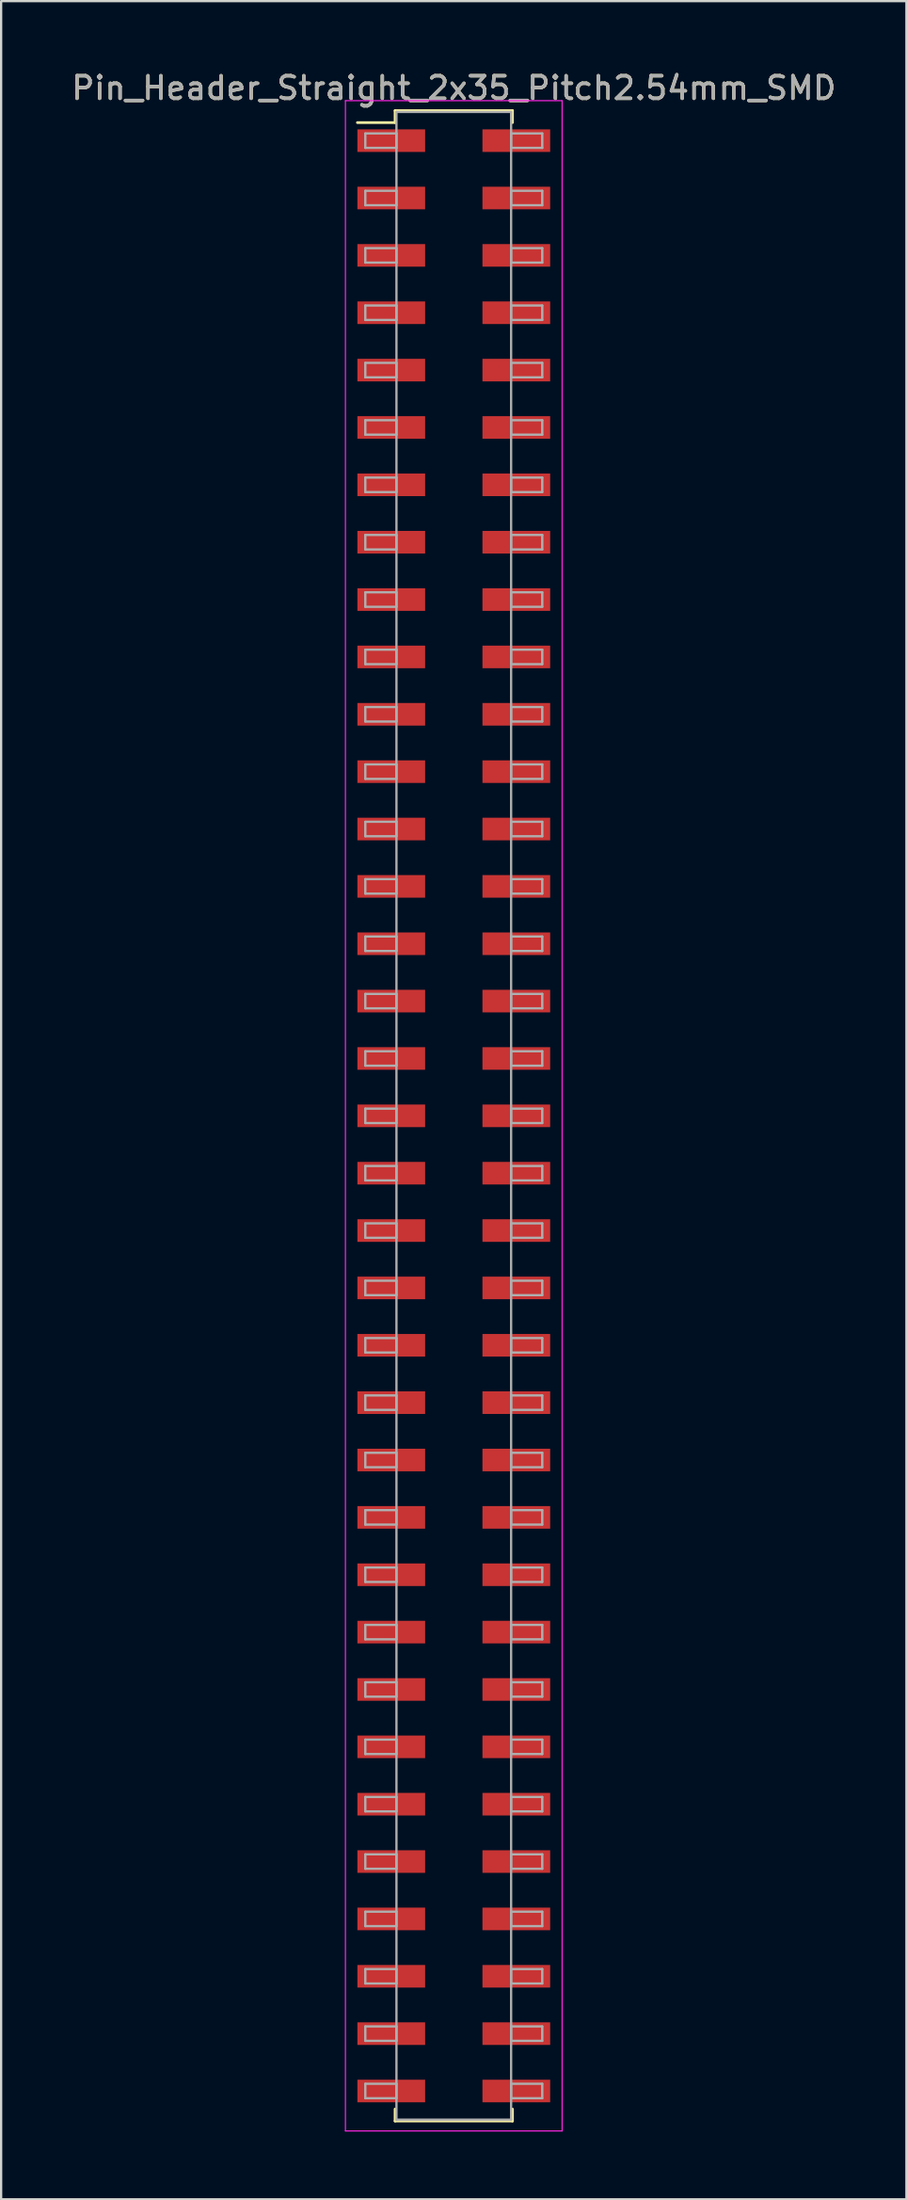
<source format=kicad_pcb>
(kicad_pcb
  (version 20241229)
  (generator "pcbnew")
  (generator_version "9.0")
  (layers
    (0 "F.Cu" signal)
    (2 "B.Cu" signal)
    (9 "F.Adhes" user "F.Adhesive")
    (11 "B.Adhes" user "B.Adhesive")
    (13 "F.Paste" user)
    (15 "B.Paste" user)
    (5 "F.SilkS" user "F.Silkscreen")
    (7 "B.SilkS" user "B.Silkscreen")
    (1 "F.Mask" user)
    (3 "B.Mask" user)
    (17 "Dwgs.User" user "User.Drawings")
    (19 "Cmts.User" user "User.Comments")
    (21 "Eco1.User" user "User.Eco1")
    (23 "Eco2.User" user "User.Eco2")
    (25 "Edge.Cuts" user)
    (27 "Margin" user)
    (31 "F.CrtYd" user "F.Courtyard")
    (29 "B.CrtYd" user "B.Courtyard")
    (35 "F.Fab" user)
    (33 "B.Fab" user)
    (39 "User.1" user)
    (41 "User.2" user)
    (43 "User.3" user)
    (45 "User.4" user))
  (footprint "Pin_Header_Straight_2x35_Pitch2.54mm_SMD"
    (layer "F.Cu")
    (at 17.054 46.358)
    (property "Reference" "Pin_Header_Straight_2x35_Pitch2.54mm_SMD" (at 0 -45.51 0) (layer "F.SilkS") (effects (font (size 1 1) (thickness 0.15))))
    (attr smd)
    (fp_line (start -4.27 -43.98) (end -2.6 -43.98) (stroke (width 0.12) (type solid)) (layer "F.SilkS"))
    (fp_line (start -2.6 -44.51) (end 2.6 -44.51) (stroke (width 0.12) (type solid)) (layer "F.SilkS"))
    (fp_line (start -2.6 -43.98) (end -2.6 -44.51) (stroke (width 0.12) (type solid)) (layer "F.SilkS"))
    (fp_line (start -2.6 43.98) (end -2.6 44.51) (stroke (width 0.12) (type solid)) (layer "F.SilkS"))
    (fp_line (start -2.6 44.51) (end 2.6 44.51) (stroke (width 0.12) (type solid)) (layer "F.SilkS"))
    (fp_line (start 2.6 -44.51) (end 2.6 -43.98) (stroke (width 0.12) (type solid)) (layer "F.SilkS"))
    (fp_line (start 2.6 44.51) (end 2.6 43.98) (stroke (width 0.12) (type solid)) (layer "F.SilkS"))
    (fp_line (start -4.8 -44.95) (end -4.8 44.95) (stroke (width 0.05) (type solid)) (layer "F.CrtYd"))
    (fp_line (start -4.8 44.95) (end 4.8 44.95) (stroke (width 0.05) (type solid)) (layer "F.CrtYd"))
    (fp_line (start 4.8 -44.95) (end -4.8 -44.95) (stroke (width 0.05) (type solid)) (layer "F.CrtYd"))
    (fp_line (start 4.8 44.95) (end 4.8 -44.95) (stroke (width 0.05) (type solid)) (layer "F.CrtYd"))
    (fp_line (start -3.92 -43.5) (end -2.54 -43.5) (stroke (width 0.1) (type solid)) (layer "F.Fab"))
    (fp_line (start -3.92 -42.86) (end -3.92 -43.5) (stroke (width 0.1) (type solid)) (layer "F.Fab"))
    (fp_line (start -3.92 -40.96) (end -2.54 -40.96) (stroke (width 0.1) (type solid)) (layer "F.Fab"))
    (fp_line (start -3.92 -40.32) (end -3.92 -40.96) (stroke (width 0.1) (type solid)) (layer "F.Fab"))
    (fp_line (start -3.92 -38.42) (end -2.54 -38.42) (stroke (width 0.1) (type solid)) (layer "F.Fab"))
    (fp_line (start -3.92 -37.78) (end -3.92 -38.42) (stroke (width 0.1) (type solid)) (layer "F.Fab"))
    (fp_line (start -3.92 -35.88) (end -2.54 -35.88) (stroke (width 0.1) (type solid)) (layer "F.Fab"))
    (fp_line (start -3.92 -35.24) (end -3.92 -35.88) (stroke (width 0.1) (type solid)) (layer "F.Fab"))
    (fp_line (start -3.92 -33.34) (end -2.54 -33.34) (stroke (width 0.1) (type solid)) (layer "F.Fab"))
    (fp_line (start -3.92 -32.7) (end -3.92 -33.34) (stroke (width 0.1) (type solid)) (layer "F.Fab"))
    (fp_line (start -3.92 -30.8) (end -2.54 -30.8) (stroke (width 0.1) (type solid)) (layer "F.Fab"))
    (fp_line (start -3.92 -30.16) (end -3.92 -30.8) (stroke (width 0.1) (type solid)) (layer "F.Fab"))
    (fp_line (start -3.92 -28.26) (end -2.54 -28.26) (stroke (width 0.1) (type solid)) (layer "F.Fab"))
    (fp_line (start -3.92 -27.62) (end -3.92 -28.26) (stroke (width 0.1) (type solid)) (layer "F.Fab"))
    (fp_line (start -3.92 -25.72) (end -2.54 -25.72) (stroke (width 0.1) (type solid)) (layer "F.Fab"))
    (fp_line (start -3.92 -25.08) (end -3.92 -25.72) (stroke (width 0.1) (type solid)) (layer "F.Fab"))
    (fp_line (start -3.92 -23.18) (end -2.54 -23.18) (stroke (width 0.1) (type solid)) (layer "F.Fab"))
    (fp_line (start -3.92 -22.54) (end -3.92 -23.18) (stroke (width 0.1) (type solid)) (layer "F.Fab"))
    (fp_line (start -3.92 -20.64) (end -2.54 -20.64) (stroke (width 0.1) (type solid)) (layer "F.Fab"))
    (fp_line (start -3.92 -20) (end -3.92 -20.64) (stroke (width 0.1) (type solid)) (layer "F.Fab"))
    (fp_line (start -3.92 -18.1) (end -2.54 -18.1) (stroke (width 0.1) (type solid)) (layer "F.Fab"))
    (fp_line (start -3.92 -17.46) (end -3.92 -18.1) (stroke (width 0.1) (type solid)) (layer "F.Fab"))
    (fp_line (start -3.92 -15.56) (end -2.54 -15.56) (stroke (width 0.1) (type solid)) (layer "F.Fab"))
    (fp_line (start -3.92 -14.92) (end -3.92 -15.56) (stroke (width 0.1) (type solid)) (layer "F.Fab"))
    (fp_line (start -3.92 -13.02) (end -2.54 -13.02) (stroke (width 0.1) (type solid)) (layer "F.Fab"))
    (fp_line (start -3.92 -12.38) (end -3.92 -13.02) (stroke (width 0.1) (type solid)) (layer "F.Fab"))
    (fp_line (start -3.92 -10.48) (end -2.54 -10.48) (stroke (width 0.1) (type solid)) (layer "F.Fab"))
    (fp_line (start -3.92 -9.84) (end -3.92 -10.48) (stroke (width 0.1) (type solid)) (layer "F.Fab"))
    (fp_line (start -3.92 -7.94) (end -2.54 -7.94) (stroke (width 0.1) (type solid)) (layer "F.Fab"))
    (fp_line (start -3.92 -7.3) (end -3.92 -7.94) (stroke (width 0.1) (type solid)) (layer "F.Fab"))
    (fp_line (start -3.92 -5.4) (end -2.54 -5.4) (stroke (width 0.1) (type solid)) (layer "F.Fab"))
    (fp_line (start -3.92 -4.76) (end -3.92 -5.4) (stroke (width 0.1) (type solid)) (layer "F.Fab"))
    (fp_line (start -3.92 -2.86) (end -2.54 -2.86) (stroke (width 0.1) (type solid)) (layer "F.Fab"))
    (fp_line (start -3.92 -2.22) (end -3.92 -2.86) (stroke (width 0.1) (type solid)) (layer "F.Fab"))
    (fp_line (start -3.92 -0.32) (end -2.54 -0.32) (stroke (width 0.1) (type solid)) (layer "F.Fab"))
    (fp_line (start -3.92 0.32) (end -3.92 -0.32) (stroke (width 0.1) (type solid)) (layer "F.Fab"))
    (fp_line (start -3.92 2.22) (end -2.54 2.22) (stroke (width 0.1) (type solid)) (layer "F.Fab"))
    (fp_line (start -3.92 2.86) (end -3.92 2.22) (stroke (width 0.1) (type solid)) (layer "F.Fab"))
    (fp_line (start -3.92 4.76) (end -2.54 4.76) (stroke (width 0.1) (type solid)) (layer "F.Fab"))
    (fp_line (start -3.92 5.4) (end -3.92 4.76) (stroke (width 0.1) (type solid)) (layer "F.Fab"))
    (fp_line (start -3.92 7.3) (end -2.54 7.3) (stroke (width 0.1) (type solid)) (layer "F.Fab"))
    (fp_line (start -3.92 7.94) (end -3.92 7.3) (stroke (width 0.1) (type solid)) (layer "F.Fab"))
    (fp_line (start -3.92 9.84) (end -2.54 9.84) (stroke (width 0.1) (type solid)) (layer "F.Fab"))
    (fp_line (start -3.92 10.48) (end -3.92 9.84) (stroke (width 0.1) (type solid)) (layer "F.Fab"))
    (fp_line (start -3.92 12.38) (end -2.54 12.38) (stroke (width 0.1) (type solid)) (layer "F.Fab"))
    (fp_line (start -3.92 13.02) (end -3.92 12.38) (stroke (width 0.1) (type solid)) (layer "F.Fab"))
    (fp_line (start -3.92 14.92) (end -2.54 14.92) (stroke (width 0.1) (type solid)) (layer "F.Fab"))
    (fp_line (start -3.92 15.56) (end -3.92 14.92) (stroke (width 0.1) (type solid)) (layer "F.Fab"))
    (fp_line (start -3.92 17.46) (end -2.54 17.46) (stroke (width 0.1) (type solid)) (layer "F.Fab"))
    (fp_line (start -3.92 18.1) (end -3.92 17.46) (stroke (width 0.1) (type solid)) (layer "F.Fab"))
    (fp_line (start -3.92 20) (end -2.54 20) (stroke (width 0.1) (type solid)) (layer "F.Fab"))
    (fp_line (start -3.92 20.64) (end -3.92 20) (stroke (width 0.1) (type solid)) (layer "F.Fab"))
    (fp_line (start -3.92 22.54) (end -2.54 22.54) (stroke (width 0.1) (type solid)) (layer "F.Fab"))
    (fp_line (start -3.92 23.18) (end -3.92 22.54) (stroke (width 0.1) (type solid)) (layer "F.Fab"))
    (fp_line (start -3.92 25.08) (end -2.54 25.08) (stroke (width 0.1) (type solid)) (layer "F.Fab"))
    (fp_line (start -3.92 25.72) (end -3.92 25.08) (stroke (width 0.1) (type solid)) (layer "F.Fab"))
    (fp_line (start -3.92 27.62) (end -2.54 27.62) (stroke (width 0.1) (type solid)) (layer "F.Fab"))
    (fp_line (start -3.92 28.26) (end -3.92 27.62) (stroke (width 0.1) (type solid)) (layer "F.Fab"))
    (fp_line (start -3.92 30.16) (end -2.54 30.16) (stroke (width 0.1) (type solid)) (layer "F.Fab"))
    (fp_line (start -3.92 30.8) (end -3.92 30.16) (stroke (width 0.1) (type solid)) (layer "F.Fab"))
    (fp_line (start -3.92 32.7) (end -2.54 32.7) (stroke (width 0.1) (type solid)) (layer "F.Fab"))
    (fp_line (start -3.92 33.34) (end -3.92 32.7) (stroke (width 0.1) (type solid)) (layer "F.Fab"))
    (fp_line (start -3.92 35.24) (end -2.54 35.24) (stroke (width 0.1) (type solid)) (layer "F.Fab"))
    (fp_line (start -3.92 35.88) (end -3.92 35.24) (stroke (width 0.1) (type solid)) (layer "F.Fab"))
    (fp_line (start -3.92 37.78) (end -2.54 37.78) (stroke (width 0.1) (type solid)) (layer "F.Fab"))
    (fp_line (start -3.92 38.42) (end -3.92 37.78) (stroke (width 0.1) (type solid)) (layer "F.Fab"))
    (fp_line (start -3.92 40.32) (end -2.54 40.32) (stroke (width 0.1) (type solid)) (layer "F.Fab"))
    (fp_line (start -3.92 40.96) (end -3.92 40.32) (stroke (width 0.1) (type solid)) (layer "F.Fab"))
    (fp_line (start -3.92 42.86) (end -2.54 42.86) (stroke (width 0.1) (type solid)) (layer "F.Fab"))
    (fp_line (start -3.92 43.5) (end -3.92 42.86) (stroke (width 0.1) (type solid)) (layer "F.Fab"))
    (fp_line (start -2.54 -44.45) (end -2.54 44.45) (stroke (width 0.1) (type solid)) (layer "F.Fab"))
    (fp_line (start -2.54 -43.5) (end -2.54 -42.86) (stroke (width 0.1) (type solid)) (layer "F.Fab"))
    (fp_line (start -2.54 -42.86) (end -3.92 -42.86) (stroke (width 0.1) (type solid)) (layer "F.Fab"))
    (fp_line (start -2.54 -40.96) (end -2.54 -40.32) (stroke (width 0.1) (type solid)) (layer "F.Fab"))
    (fp_line (start -2.54 -40.32) (end -3.92 -40.32) (stroke (width 0.1) (type solid)) (layer "F.Fab"))
    (fp_line (start -2.54 -38.42) (end -2.54 -37.78) (stroke (width 0.1) (type solid)) (layer "F.Fab"))
    (fp_line (start -2.54 -37.78) (end -3.92 -37.78) (stroke (width 0.1) (type solid)) (layer "F.Fab"))
    (fp_line (start -2.54 -35.88) (end -2.54 -35.24) (stroke (width 0.1) (type solid)) (layer "F.Fab"))
    (fp_line (start -2.54 -35.24) (end -3.92 -35.24) (stroke (width 0.1) (type solid)) (layer "F.Fab"))
    (fp_line (start -2.54 -33.34) (end -2.54 -32.7) (stroke (width 0.1) (type solid)) (layer "F.Fab"))
    (fp_line (start -2.54 -32.7) (end -3.92 -32.7) (stroke (width 0.1) (type solid)) (layer "F.Fab"))
    (fp_line (start -2.54 -30.8) (end -2.54 -30.16) (stroke (width 0.1) (type solid)) (layer "F.Fab"))
    (fp_line (start -2.54 -30.16) (end -3.92 -30.16) (stroke (width 0.1) (type solid)) (layer "F.Fab"))
    (fp_line (start -2.54 -28.26) (end -2.54 -27.62) (stroke (width 0.1) (type solid)) (layer "F.Fab"))
    (fp_line (start -2.54 -27.62) (end -3.92 -27.62) (stroke (width 0.1) (type solid)) (layer "F.Fab"))
    (fp_line (start -2.54 -25.72) (end -2.54 -25.08) (stroke (width 0.1) (type solid)) (layer "F.Fab"))
    (fp_line (start -2.54 -25.08) (end -3.92 -25.08) (stroke (width 0.1) (type solid)) (layer "F.Fab"))
    (fp_line (start -2.54 -23.18) (end -2.54 -22.54) (stroke (width 0.1) (type solid)) (layer "F.Fab"))
    (fp_line (start -2.54 -22.54) (end -3.92 -22.54) (stroke (width 0.1) (type solid)) (layer "F.Fab"))
    (fp_line (start -2.54 -20.64) (end -2.54 -20) (stroke (width 0.1) (type solid)) (layer "F.Fab"))
    (fp_line (start -2.54 -20) (end -3.92 -20) (stroke (width 0.1) (type solid)) (layer "F.Fab"))
    (fp_line (start -2.54 -18.1) (end -2.54 -17.46) (stroke (width 0.1) (type solid)) (layer "F.Fab"))
    (fp_line (start -2.54 -17.46) (end -3.92 -17.46) (stroke (width 0.1) (type solid)) (layer "F.Fab"))
    (fp_line (start -2.54 -15.56) (end -2.54 -14.92) (stroke (width 0.1) (type solid)) (layer "F.Fab"))
    (fp_line (start -2.54 -14.92) (end -3.92 -14.92) (stroke (width 0.1) (type solid)) (layer "F.Fab"))
    (fp_line (start -2.54 -13.02) (end -2.54 -12.38) (stroke (width 0.1) (type solid)) (layer "F.Fab"))
    (fp_line (start -2.54 -12.38) (end -3.92 -12.38) (stroke (width 0.1) (type solid)) (layer "F.Fab"))
    (fp_line (start -2.54 -10.48) (end -2.54 -9.84) (stroke (width 0.1) (type solid)) (layer "F.Fab"))
    (fp_line (start -2.54 -9.84) (end -3.92 -9.84) (stroke (width 0.1) (type solid)) (layer "F.Fab"))
    (fp_line (start -2.54 -7.94) (end -2.54 -7.3) (stroke (width 0.1) (type solid)) (layer "F.Fab"))
    (fp_line (start -2.54 -7.3) (end -3.92 -7.3) (stroke (width 0.1) (type solid)) (layer "F.Fab"))
    (fp_line (start -2.54 -5.4) (end -2.54 -4.76) (stroke (width 0.1) (type solid)) (layer "F.Fab"))
    (fp_line (start -2.54 -4.76) (end -3.92 -4.76) (stroke (width 0.1) (type solid)) (layer "F.Fab"))
    (fp_line (start -2.54 -2.86) (end -2.54 -2.22) (stroke (width 0.1) (type solid)) (layer "F.Fab"))
    (fp_line (start -2.54 -2.22) (end -3.92 -2.22) (stroke (width 0.1) (type solid)) (layer "F.Fab"))
    (fp_line (start -2.54 -0.32) (end -2.54 0.32) (stroke (width 0.1) (type solid)) (layer "F.Fab"))
    (fp_line (start -2.54 0.32) (end -3.92 0.32) (stroke (width 0.1) (type solid)) (layer "F.Fab"))
    (fp_line (start -2.54 2.22) (end -2.54 2.86) (stroke (width 0.1) (type solid)) (layer "F.Fab"))
    (fp_line (start -2.54 2.86) (end -3.92 2.86) (stroke (width 0.1) (type solid)) (layer "F.Fab"))
    (fp_line (start -2.54 4.76) (end -2.54 5.4) (stroke (width 0.1) (type solid)) (layer "F.Fab"))
    (fp_line (start -2.54 5.4) (end -3.92 5.4) (stroke (width 0.1) (type solid)) (layer "F.Fab"))
    (fp_line (start -2.54 7.3) (end -2.54 7.94) (stroke (width 0.1) (type solid)) (layer "F.Fab"))
    (fp_line (start -2.54 7.94) (end -3.92 7.94) (stroke (width 0.1) (type solid)) (layer "F.Fab"))
    (fp_line (start -2.54 9.84) (end -2.54 10.48) (stroke (width 0.1) (type solid)) (layer "F.Fab"))
    (fp_line (start -2.54 10.48) (end -3.92 10.48) (stroke (width 0.1) (type solid)) (layer "F.Fab"))
    (fp_line (start -2.54 12.38) (end -2.54 13.02) (stroke (width 0.1) (type solid)) (layer "F.Fab"))
    (fp_line (start -2.54 13.02) (end -3.92 13.02) (stroke (width 0.1) (type solid)) (layer "F.Fab"))
    (fp_line (start -2.54 14.92) (end -2.54 15.56) (stroke (width 0.1) (type solid)) (layer "F.Fab"))
    (fp_line (start -2.54 15.56) (end -3.92 15.56) (stroke (width 0.1) (type solid)) (layer "F.Fab"))
    (fp_line (start -2.54 17.46) (end -2.54 18.1) (stroke (width 0.1) (type solid)) (layer "F.Fab"))
    (fp_line (start -2.54 18.1) (end -3.92 18.1) (stroke (width 0.1) (type solid)) (layer "F.Fab"))
    (fp_line (start -2.54 20) (end -2.54 20.64) (stroke (width 0.1) (type solid)) (layer "F.Fab"))
    (fp_line (start -2.54 20.64) (end -3.92 20.64) (stroke (width 0.1) (type solid)) (layer "F.Fab"))
    (fp_line (start -2.54 22.54) (end -2.54 23.18) (stroke (width 0.1) (type solid)) (layer "F.Fab"))
    (fp_line (start -2.54 23.18) (end -3.92 23.18) (stroke (width 0.1) (type solid)) (layer "F.Fab"))
    (fp_line (start -2.54 25.08) (end -2.54 25.72) (stroke (width 0.1) (type solid)) (layer "F.Fab"))
    (fp_line (start -2.54 25.72) (end -3.92 25.72) (stroke (width 0.1) (type solid)) (layer "F.Fab"))
    (fp_line (start -2.54 27.62) (end -2.54 28.26) (stroke (width 0.1) (type solid)) (layer "F.Fab"))
    (fp_line (start -2.54 28.26) (end -3.92 28.26) (stroke (width 0.1) (type solid)) (layer "F.Fab"))
    (fp_line (start -2.54 30.16) (end -2.54 30.8) (stroke (width 0.1) (type solid)) (layer "F.Fab"))
    (fp_line (start -2.54 30.8) (end -3.92 30.8) (stroke (width 0.1) (type solid)) (layer "F.Fab"))
    (fp_line (start -2.54 32.7) (end -2.54 33.34) (stroke (width 0.1) (type solid)) (layer "F.Fab"))
    (fp_line (start -2.54 33.34) (end -3.92 33.34) (stroke (width 0.1) (type solid)) (layer "F.Fab"))
    (fp_line (start -2.54 35.24) (end -2.54 35.88) (stroke (width 0.1) (type solid)) (layer "F.Fab"))
    (fp_line (start -2.54 35.88) (end -3.92 35.88) (stroke (width 0.1) (type solid)) (layer "F.Fab"))
    (fp_line (start -2.54 37.78) (end -2.54 38.42) (stroke (width 0.1) (type solid)) (layer "F.Fab"))
    (fp_line (start -2.54 38.42) (end -3.92 38.42) (stroke (width 0.1) (type solid)) (layer "F.Fab"))
    (fp_line (start -2.54 40.32) (end -2.54 40.96) (stroke (width 0.1) (type solid)) (layer "F.Fab"))
    (fp_line (start -2.54 40.96) (end -3.92 40.96) (stroke (width 0.1) (type solid)) (layer "F.Fab"))
    (fp_line (start -2.54 42.86) (end -2.54 43.5) (stroke (width 0.1) (type solid)) (layer "F.Fab"))
    (fp_line (start -2.54 43.5) (end -3.92 43.5) (stroke (width 0.1) (type solid)) (layer "F.Fab"))
    (fp_line (start -2.54 44.45) (end 2.54 44.45) (stroke (width 0.1) (type solid)) (layer "F.Fab"))
    (fp_line (start 2.54 -44.45) (end -2.54 -44.45) (stroke (width 0.1) (type solid)) (layer "F.Fab"))
    (fp_line (start 2.54 -43.5) (end 2.54 -42.86) (stroke (width 0.1) (type solid)) (layer "F.Fab"))
    (fp_line (start 2.54 -42.86) (end 3.92 -42.86) (stroke (width 0.1) (type solid)) (layer "F.Fab"))
    (fp_line (start 2.54 -40.96) (end 2.54 -40.32) (stroke (width 0.1) (type solid)) (layer "F.Fab"))
    (fp_line (start 2.54 -40.32) (end 3.92 -40.32) (stroke (width 0.1) (type solid)) (layer "F.Fab"))
    (fp_line (start 2.54 -38.42) (end 2.54 -37.78) (stroke (width 0.1) (type solid)) (layer "F.Fab"))
    (fp_line (start 2.54 -37.78) (end 3.92 -37.78) (stroke (width 0.1) (type solid)) (layer "F.Fab"))
    (fp_line (start 2.54 -35.88) (end 2.54 -35.24) (stroke (width 0.1) (type solid)) (layer "F.Fab"))
    (fp_line (start 2.54 -35.24) (end 3.92 -35.24) (stroke (width 0.1) (type solid)) (layer "F.Fab"))
    (fp_line (start 2.54 -33.34) (end 2.54 -32.7) (stroke (width 0.1) (type solid)) (layer "F.Fab"))
    (fp_line (start 2.54 -32.7) (end 3.92 -32.7) (stroke (width 0.1) (type solid)) (layer "F.Fab"))
    (fp_line (start 2.54 -30.8) (end 2.54 -30.16) (stroke (width 0.1) (type solid)) (layer "F.Fab"))
    (fp_line (start 2.54 -30.16) (end 3.92 -30.16) (stroke (width 0.1) (type solid)) (layer "F.Fab"))
    (fp_line (start 2.54 -28.26) (end 2.54 -27.62) (stroke (width 0.1) (type solid)) (layer "F.Fab"))
    (fp_line (start 2.54 -27.62) (end 3.92 -27.62) (stroke (width 0.1) (type solid)) (layer "F.Fab"))
    (fp_line (start 2.54 -25.72) (end 2.54 -25.08) (stroke (width 0.1) (type solid)) (layer "F.Fab"))
    (fp_line (start 2.54 -25.08) (end 3.92 -25.08) (stroke (width 0.1) (type solid)) (layer "F.Fab"))
    (fp_line (start 2.54 -23.18) (end 2.54 -22.54) (stroke (width 0.1) (type solid)) (layer "F.Fab"))
    (fp_line (start 2.54 -22.54) (end 3.92 -22.54) (stroke (width 0.1) (type solid)) (layer "F.Fab"))
    (fp_line (start 2.54 -20.64) (end 2.54 -20) (stroke (width 0.1) (type solid)) (layer "F.Fab"))
    (fp_line (start 2.54 -20) (end 3.92 -20) (stroke (width 0.1) (type solid)) (layer "F.Fab"))
    (fp_line (start 2.54 -18.1) (end 2.54 -17.46) (stroke (width 0.1) (type solid)) (layer "F.Fab"))
    (fp_line (start 2.54 -17.46) (end 3.92 -17.46) (stroke (width 0.1) (type solid)) (layer "F.Fab"))
    (fp_line (start 2.54 -15.56) (end 2.54 -14.92) (stroke (width 0.1) (type solid)) (layer "F.Fab"))
    (fp_line (start 2.54 -14.92) (end 3.92 -14.92) (stroke (width 0.1) (type solid)) (layer "F.Fab"))
    (fp_line (start 2.54 -13.02) (end 2.54 -12.38) (stroke (width 0.1) (type solid)) (layer "F.Fab"))
    (fp_line (start 2.54 -12.38) (end 3.92 -12.38) (stroke (width 0.1) (type solid)) (layer "F.Fab"))
    (fp_line (start 2.54 -10.48) (end 2.54 -9.84) (stroke (width 0.1) (type solid)) (layer "F.Fab"))
    (fp_line (start 2.54 -9.84) (end 3.92 -9.84) (stroke (width 0.1) (type solid)) (layer "F.Fab"))
    (fp_line (start 2.54 -7.94) (end 2.54 -7.3) (stroke (width 0.1) (type solid)) (layer "F.Fab"))
    (fp_line (start 2.54 -7.3) (end 3.92 -7.3) (stroke (width 0.1) (type solid)) (layer "F.Fab"))
    (fp_line (start 2.54 -5.4) (end 2.54 -4.76) (stroke (width 0.1) (type solid)) (layer "F.Fab"))
    (fp_line (start 2.54 -4.76) (end 3.92 -4.76) (stroke (width 0.1) (type solid)) (layer "F.Fab"))
    (fp_line (start 2.54 -2.86) (end 2.54 -2.22) (stroke (width 0.1) (type solid)) (layer "F.Fab"))
    (fp_line (start 2.54 -2.22) (end 3.92 -2.22) (stroke (width 0.1) (type solid)) (layer "F.Fab"))
    (fp_line (start 2.54 -0.32) (end 2.54 0.32) (stroke (width 0.1) (type solid)) (layer "F.Fab"))
    (fp_line (start 2.54 0.32) (end 3.92 0.32) (stroke (width 0.1) (type solid)) (layer "F.Fab"))
    (fp_line (start 2.54 2.22) (end 2.54 2.86) (stroke (width 0.1) (type solid)) (layer "F.Fab"))
    (fp_line (start 2.54 2.86) (end 3.92 2.86) (stroke (width 0.1) (type solid)) (layer "F.Fab"))
    (fp_line (start 2.54 4.76) (end 2.54 5.4) (stroke (width 0.1) (type solid)) (layer "F.Fab"))
    (fp_line (start 2.54 5.4) (end 3.92 5.4) (stroke (width 0.1) (type solid)) (layer "F.Fab"))
    (fp_line (start 2.54 7.3) (end 2.54 7.94) (stroke (width 0.1) (type solid)) (layer "F.Fab"))
    (fp_line (start 2.54 7.94) (end 3.92 7.94) (stroke (width 0.1) (type solid)) (layer "F.Fab"))
    (fp_line (start 2.54 9.84) (end 2.54 10.48) (stroke (width 0.1) (type solid)) (layer "F.Fab"))
    (fp_line (start 2.54 10.48) (end 3.92 10.48) (stroke (width 0.1) (type solid)) (layer "F.Fab"))
    (fp_line (start 2.54 12.38) (end 2.54 13.02) (stroke (width 0.1) (type solid)) (layer "F.Fab"))
    (fp_line (start 2.54 13.02) (end 3.92 13.02) (stroke (width 0.1) (type solid)) (layer "F.Fab"))
    (fp_line (start 2.54 14.92) (end 2.54 15.56) (stroke (width 0.1) (type solid)) (layer "F.Fab"))
    (fp_line (start 2.54 15.56) (end 3.92 15.56) (stroke (width 0.1) (type solid)) (layer "F.Fab"))
    (fp_line (start 2.54 17.46) (end 2.54 18.1) (stroke (width 0.1) (type solid)) (layer "F.Fab"))
    (fp_line (start 2.54 18.1) (end 3.92 18.1) (stroke (width 0.1) (type solid)) (layer "F.Fab"))
    (fp_line (start 2.54 20) (end 2.54 20.64) (stroke (width 0.1) (type solid)) (layer "F.Fab"))
    (fp_line (start 2.54 20.64) (end 3.92 20.64) (stroke (width 0.1) (type solid)) (layer "F.Fab"))
    (fp_line (start 2.54 22.54) (end 2.54 23.18) (stroke (width 0.1) (type solid)) (layer "F.Fab"))
    (fp_line (start 2.54 23.18) (end 3.92 23.18) (stroke (width 0.1) (type solid)) (layer "F.Fab"))
    (fp_line (start 2.54 25.08) (end 2.54 25.72) (stroke (width 0.1) (type solid)) (layer "F.Fab"))
    (fp_line (start 2.54 25.72) (end 3.92 25.72) (stroke (width 0.1) (type solid)) (layer "F.Fab"))
    (fp_line (start 2.54 27.62) (end 2.54 28.26) (stroke (width 0.1) (type solid)) (layer "F.Fab"))
    (fp_line (start 2.54 28.26) (end 3.92 28.26) (stroke (width 0.1) (type solid)) (layer "F.Fab"))
    (fp_line (start 2.54 30.16) (end 2.54 30.8) (stroke (width 0.1) (type solid)) (layer "F.Fab"))
    (fp_line (start 2.54 30.8) (end 3.92 30.8) (stroke (width 0.1) (type solid)) (layer "F.Fab"))
    (fp_line (start 2.54 32.7) (end 2.54 33.34) (stroke (width 0.1) (type solid)) (layer "F.Fab"))
    (fp_line (start 2.54 33.34) (end 3.92 33.34) (stroke (width 0.1) (type solid)) (layer "F.Fab"))
    (fp_line (start 2.54 35.24) (end 2.54 35.88) (stroke (width 0.1) (type solid)) (layer "F.Fab"))
    (fp_line (start 2.54 35.88) (end 3.92 35.88) (stroke (width 0.1) (type solid)) (layer "F.Fab"))
    (fp_line (start 2.54 37.78) (end 2.54 38.42) (stroke (width 0.1) (type solid)) (layer "F.Fab"))
    (fp_line (start 2.54 38.42) (end 3.92 38.42) (stroke (width 0.1) (type solid)) (layer "F.Fab"))
    (fp_line (start 2.54 40.32) (end 2.54 40.96) (stroke (width 0.1) (type solid)) (layer "F.Fab"))
    (fp_line (start 2.54 40.96) (end 3.92 40.96) (stroke (width 0.1) (type solid)) (layer "F.Fab"))
    (fp_line (start 2.54 42.86) (end 2.54 43.5) (stroke (width 0.1) (type solid)) (layer "F.Fab"))
    (fp_line (start 2.54 43.5) (end 3.92 43.5) (stroke (width 0.1) (type solid)) (layer "F.Fab"))
    (fp_line (start 2.54 44.45) (end 2.54 -44.45) (stroke (width 0.1) (type solid)) (layer "F.Fab"))
    (fp_line (start 3.92 -43.5) (end 2.54 -43.5) (stroke (width 0.1) (type solid)) (layer "F.Fab"))
    (fp_line (start 3.92 -42.86) (end 3.92 -43.5) (stroke (width 0.1) (type solid)) (layer "F.Fab"))
    (fp_line (start 3.92 -40.96) (end 2.54 -40.96) (stroke (width 0.1) (type solid)) (layer "F.Fab"))
    (fp_line (start 3.92 -40.32) (end 3.92 -40.96) (stroke (width 0.1) (type solid)) (layer "F.Fab"))
    (fp_line (start 3.92 -38.42) (end 2.54 -38.42) (stroke (width 0.1) (type solid)) (layer "F.Fab"))
    (fp_line (start 3.92 -37.78) (end 3.92 -38.42) (stroke (width 0.1) (type solid)) (layer "F.Fab"))
    (fp_line (start 3.92 -35.88) (end 2.54 -35.88) (stroke (width 0.1) (type solid)) (layer "F.Fab"))
    (fp_line (start 3.92 -35.24) (end 3.92 -35.88) (stroke (width 0.1) (type solid)) (layer "F.Fab"))
    (fp_line (start 3.92 -33.34) (end 2.54 -33.34) (stroke (width 0.1) (type solid)) (layer "F.Fab"))
    (fp_line (start 3.92 -32.7) (end 3.92 -33.34) (stroke (width 0.1) (type solid)) (layer "F.Fab"))
    (fp_line (start 3.92 -30.8) (end 2.54 -30.8) (stroke (width 0.1) (type solid)) (layer "F.Fab"))
    (fp_line (start 3.92 -30.16) (end 3.92 -30.8) (stroke (width 0.1) (type solid)) (layer "F.Fab"))
    (fp_line (start 3.92 -28.26) (end 2.54 -28.26) (stroke (width 0.1) (type solid)) (layer "F.Fab"))
    (fp_line (start 3.92 -27.62) (end 3.92 -28.26) (stroke (width 0.1) (type solid)) (layer "F.Fab"))
    (fp_line (start 3.92 -25.72) (end 2.54 -25.72) (stroke (width 0.1) (type solid)) (layer "F.Fab"))
    (fp_line (start 3.92 -25.08) (end 3.92 -25.72) (stroke (width 0.1) (type solid)) (layer "F.Fab"))
    (fp_line (start 3.92 -23.18) (end 2.54 -23.18) (stroke (width 0.1) (type solid)) (layer "F.Fab"))
    (fp_line (start 3.92 -22.54) (end 3.92 -23.18) (stroke (width 0.1) (type solid)) (layer "F.Fab"))
    (fp_line (start 3.92 -20.64) (end 2.54 -20.64) (stroke (width 0.1) (type solid)) (layer "F.Fab"))
    (fp_line (start 3.92 -20) (end 3.92 -20.64) (stroke (width 0.1) (type solid)) (layer "F.Fab"))
    (fp_line (start 3.92 -18.1) (end 2.54 -18.1) (stroke (width 0.1) (type solid)) (layer "F.Fab"))
    (fp_line (start 3.92 -17.46) (end 3.92 -18.1) (stroke (width 0.1) (type solid)) (layer "F.Fab"))
    (fp_line (start 3.92 -15.56) (end 2.54 -15.56) (stroke (width 0.1) (type solid)) (layer "F.Fab"))
    (fp_line (start 3.92 -14.92) (end 3.92 -15.56) (stroke (width 0.1) (type solid)) (layer "F.Fab"))
    (fp_line (start 3.92 -13.02) (end 2.54 -13.02) (stroke (width 0.1) (type solid)) (layer "F.Fab"))
    (fp_line (start 3.92 -12.38) (end 3.92 -13.02) (stroke (width 0.1) (type solid)) (layer "F.Fab"))
    (fp_line (start 3.92 -10.48) (end 2.54 -10.48) (stroke (width 0.1) (type solid)) (layer "F.Fab"))
    (fp_line (start 3.92 -9.84) (end 3.92 -10.48) (stroke (width 0.1) (type solid)) (layer "F.Fab"))
    (fp_line (start 3.92 -7.94) (end 2.54 -7.94) (stroke (width 0.1) (type solid)) (layer "F.Fab"))
    (fp_line (start 3.92 -7.3) (end 3.92 -7.94) (stroke (width 0.1) (type solid)) (layer "F.Fab"))
    (fp_line (start 3.92 -5.4) (end 2.54 -5.4) (stroke (width 0.1) (type solid)) (layer "F.Fab"))
    (fp_line (start 3.92 -4.76) (end 3.92 -5.4) (stroke (width 0.1) (type solid)) (layer "F.Fab"))
    (fp_line (start 3.92 -2.86) (end 2.54 -2.86) (stroke (width 0.1) (type solid)) (layer "F.Fab"))
    (fp_line (start 3.92 -2.22) (end 3.92 -2.86) (stroke (width 0.1) (type solid)) (layer "F.Fab"))
    (fp_line (start 3.92 -0.32) (end 2.54 -0.32) (stroke (width 0.1) (type solid)) (layer "F.Fab"))
    (fp_line (start 3.92 0.32) (end 3.92 -0.32) (stroke (width 0.1) (type solid)) (layer "F.Fab"))
    (fp_line (start 3.92 2.22) (end 2.54 2.22) (stroke (width 0.1) (type solid)) (layer "F.Fab"))
    (fp_line (start 3.92 2.86) (end 3.92 2.22) (stroke (width 0.1) (type solid)) (layer "F.Fab"))
    (fp_line (start 3.92 4.76) (end 2.54 4.76) (stroke (width 0.1) (type solid)) (layer "F.Fab"))
    (fp_line (start 3.92 5.4) (end 3.92 4.76) (stroke (width 0.1) (type solid)) (layer "F.Fab"))
    (fp_line (start 3.92 7.3) (end 2.54 7.3) (stroke (width 0.1) (type solid)) (layer "F.Fab"))
    (fp_line (start 3.92 7.94) (end 3.92 7.3) (stroke (width 0.1) (type solid)) (layer "F.Fab"))
    (fp_line (start 3.92 9.84) (end 2.54 9.84) (stroke (width 0.1) (type solid)) (layer "F.Fab"))
    (fp_line (start 3.92 10.48) (end 3.92 9.84) (stroke (width 0.1) (type solid)) (layer "F.Fab"))
    (fp_line (start 3.92 12.38) (end 2.54 12.38) (stroke (width 0.1) (type solid)) (layer "F.Fab"))
    (fp_line (start 3.92 13.02) (end 3.92 12.38) (stroke (width 0.1) (type solid)) (layer "F.Fab"))
    (fp_line (start 3.92 14.92) (end 2.54 14.92) (stroke (width 0.1) (type solid)) (layer "F.Fab"))
    (fp_line (start 3.92 15.56) (end 3.92 14.92) (stroke (width 0.1) (type solid)) (layer "F.Fab"))
    (fp_line (start 3.92 17.46) (end 2.54 17.46) (stroke (width 0.1) (type solid)) (layer "F.Fab"))
    (fp_line (start 3.92 18.1) (end 3.92 17.46) (stroke (width 0.1) (type solid)) (layer "F.Fab"))
    (fp_line (start 3.92 20) (end 2.54 20) (stroke (width 0.1) (type solid)) (layer "F.Fab"))
    (fp_line (start 3.92 20.64) (end 3.92 20) (stroke (width 0.1) (type solid)) (layer "F.Fab"))
    (fp_line (start 3.92 22.54) (end 2.54 22.54) (stroke (width 0.1) (type solid)) (layer "F.Fab"))
    (fp_line (start 3.92 23.18) (end 3.92 22.54) (stroke (width 0.1) (type solid)) (layer "F.Fab"))
    (fp_line (start 3.92 25.08) (end 2.54 25.08) (stroke (width 0.1) (type solid)) (layer "F.Fab"))
    (fp_line (start 3.92 25.72) (end 3.92 25.08) (stroke (width 0.1) (type solid)) (layer "F.Fab"))
    (fp_line (start 3.92 27.62) (end 2.54 27.62) (stroke (width 0.1) (type solid)) (layer "F.Fab"))
    (fp_line (start 3.92 28.26) (end 3.92 27.62) (stroke (width 0.1) (type solid)) (layer "F.Fab"))
    (fp_line (start 3.92 30.16) (end 2.54 30.16) (stroke (width 0.1) (type solid)) (layer "F.Fab"))
    (fp_line (start 3.92 30.8) (end 3.92 30.16) (stroke (width 0.1) (type solid)) (layer "F.Fab"))
    (fp_line (start 3.92 32.7) (end 2.54 32.7) (stroke (width 0.1) (type solid)) (layer "F.Fab"))
    (fp_line (start 3.92 33.34) (end 3.92 32.7) (stroke (width 0.1) (type solid)) (layer "F.Fab"))
    (fp_line (start 3.92 35.24) (end 2.54 35.24) (stroke (width 0.1) (type solid)) (layer "F.Fab"))
    (fp_line (start 3.92 35.88) (end 3.92 35.24) (stroke (width 0.1) (type solid)) (layer "F.Fab"))
    (fp_line (start 3.92 37.78) (end 2.54 37.78) (stroke (width 0.1) (type solid)) (layer "F.Fab"))
    (fp_line (start 3.92 38.42) (end 3.92 37.78) (stroke (width 0.1) (type solid)) (layer "F.Fab"))
    (fp_line (start 3.92 40.32) (end 2.54 40.32) (stroke (width 0.1) (type solid)) (layer "F.Fab"))
    (fp_line (start 3.92 40.96) (end 3.92 40.32) (stroke (width 0.1) (type solid)) (layer "F.Fab"))
    (fp_line (start 3.92 42.86) (end 2.54 42.86) (stroke (width 0.1) (type solid)) (layer "F.Fab"))
    (fp_line (start 3.92 43.5) (end 3.92 42.86) (stroke (width 0.1) (type solid)) (layer "F.Fab"))
    (fp_text user "${REFERENCE}" (at 0 -45.51 0) (layer "F.Fab") (effects (font (size 1 1) (thickness 0.15))))
    (pad "1" smd rect (at -2.77 -43.18) (size 3 1) (layers "F.Cu" "F.Mask" "F.Paste"))
    (pad "2" smd rect (at 2.77 -43.18) (size 3 1) (layers "F.Cu" "F.Mask" "F.Paste"))
    (pad "3" smd rect (at -2.77 -40.64) (size 3 1) (layers "F.Cu" "F.Mask" "F.Paste"))
    (pad "4" smd rect (at 2.77 -40.64) (size 3 1) (layers "F.Cu" "F.Mask" "F.Paste"))
    (pad "5" smd rect (at -2.77 -38.1) (size 3 1) (layers "F.Cu" "F.Mask" "F.Paste"))
    (pad "6" smd rect (at 2.77 -38.1) (size 3 1) (layers "F.Cu" "F.Mask" "F.Paste"))
    (pad "7" smd rect (at -2.77 -35.56) (size 3 1) (layers "F.Cu" "F.Mask" "F.Paste"))
    (pad "8" smd rect (at 2.77 -35.56) (size 3 1) (layers "F.Cu" "F.Mask" "F.Paste"))
    (pad "9" smd rect (at -2.77 -33.02) (size 3 1) (layers "F.Cu" "F.Mask" "F.Paste"))
    (pad "10" smd rect (at 2.77 -33.02) (size 3 1) (layers "F.Cu" "F.Mask" "F.Paste"))
    (pad "11" smd rect (at -2.77 -30.48) (size 3 1) (layers "F.Cu" "F.Mask" "F.Paste"))
    (pad "12" smd rect (at 2.77 -30.48) (size 3 1) (layers "F.Cu" "F.Mask" "F.Paste"))
    (pad "13" smd rect (at -2.77 -27.94) (size 3 1) (layers "F.Cu" "F.Mask" "F.Paste"))
    (pad "14" smd rect (at 2.77 -27.94) (size 3 1) (layers "F.Cu" "F.Mask" "F.Paste"))
    (pad "15" smd rect (at -2.77 -25.4) (size 3 1) (layers "F.Cu" "F.Mask" "F.Paste"))
    (pad "16" smd rect (at 2.77 -25.4) (size 3 1) (layers "F.Cu" "F.Mask" "F.Paste"))
    (pad "17" smd rect (at -2.77 -22.86) (size 3 1) (layers "F.Cu" "F.Mask" "F.Paste"))
    (pad "18" smd rect (at 2.77 -22.86) (size 3 1) (layers "F.Cu" "F.Mask" "F.Paste"))
    (pad "19" smd rect (at -2.77 -20.32) (size 3 1) (layers "F.Cu" "F.Mask" "F.Paste"))
    (pad "20" smd rect (at 2.77 -20.32) (size 3 1) (layers "F.Cu" "F.Mask" "F.Paste"))
    (pad "21" smd rect (at -2.77 -17.78) (size 3 1) (layers "F.Cu" "F.Mask" "F.Paste"))
    (pad "22" smd rect (at 2.77 -17.78) (size 3 1) (layers "F.Cu" "F.Mask" "F.Paste"))
    (pad "23" smd rect (at -2.77 -15.24) (size 3 1) (layers "F.Cu" "F.Mask" "F.Paste"))
    (pad "24" smd rect (at 2.77 -15.24) (size 3 1) (layers "F.Cu" "F.Mask" "F.Paste"))
    (pad "25" smd rect (at -2.77 -12.7) (size 3 1) (layers "F.Cu" "F.Mask" "F.Paste"))
    (pad "26" smd rect (at 2.77 -12.7) (size 3 1) (layers "F.Cu" "F.Mask" "F.Paste"))
    (pad "27" smd rect (at -2.77 -10.16) (size 3 1) (layers "F.Cu" "F.Mask" "F.Paste"))
    (pad "28" smd rect (at 2.77 -10.16) (size 3 1) (layers "F.Cu" "F.Mask" "F.Paste"))
    (pad "29" smd rect (at -2.77 -7.62) (size 3 1) (layers "F.Cu" "F.Mask" "F.Paste"))
    (pad "30" smd rect (at 2.77 -7.62) (size 3 1) (layers "F.Cu" "F.Mask" "F.Paste"))
    (pad "31" smd rect (at -2.77 -5.08) (size 3 1) (layers "F.Cu" "F.Mask" "F.Paste"))
    (pad "32" smd rect (at 2.77 -5.08) (size 3 1) (layers "F.Cu" "F.Mask" "F.Paste"))
    (pad "33" smd rect (at -2.77 -2.54) (size 3 1) (layers "F.Cu" "F.Mask" "F.Paste"))
    (pad "34" smd rect (at 2.77 -2.54) (size 3 1) (layers "F.Cu" "F.Mask" "F.Paste"))
    (pad "35" smd rect (at -2.77 0) (size 3 1) (layers "F.Cu" "F.Mask" "F.Paste"))
    (pad "36" smd rect (at 2.77 0) (size 3 1) (layers "F.Cu" "F.Mask" "F.Paste"))
    (pad "37" smd rect (at -2.77 2.54) (size 3 1) (layers "F.Cu" "F.Mask" "F.Paste"))
    (pad "38" smd rect (at 2.77 2.54) (size 3 1) (layers "F.Cu" "F.Mask" "F.Paste"))
    (pad "39" smd rect (at -2.77 5.08) (size 3 1) (layers "F.Cu" "F.Mask" "F.Paste"))
    (pad "40" smd rect (at 2.77 5.08) (size 3 1) (layers "F.Cu" "F.Mask" "F.Paste"))
    (pad "41" smd rect (at -2.77 7.62) (size 3 1) (layers "F.Cu" "F.Mask" "F.Paste"))
    (pad "42" smd rect (at 2.77 7.62) (size 3 1) (layers "F.Cu" "F.Mask" "F.Paste"))
    (pad "43" smd rect (at -2.77 10.16) (size 3 1) (layers "F.Cu" "F.Mask" "F.Paste"))
    (pad "44" smd rect (at 2.77 10.16) (size 3 1) (layers "F.Cu" "F.Mask" "F.Paste"))
    (pad "45" smd rect (at -2.77 12.7) (size 3 1) (layers "F.Cu" "F.Mask" "F.Paste"))
    (pad "46" smd rect (at 2.77 12.7) (size 3 1) (layers "F.Cu" "F.Mask" "F.Paste"))
    (pad "47" smd rect (at -2.77 15.24) (size 3 1) (layers "F.Cu" "F.Mask" "F.Paste"))
    (pad "48" smd rect (at 2.77 15.24) (size 3 1) (layers "F.Cu" "F.Mask" "F.Paste"))
    (pad "49" smd rect (at -2.77 17.78) (size 3 1) (layers "F.Cu" "F.Mask" "F.Paste"))
    (pad "50" smd rect (at 2.77 17.78) (size 3 1) (layers "F.Cu" "F.Mask" "F.Paste"))
    (pad "51" smd rect (at -2.77 20.32) (size 3 1) (layers "F.Cu" "F.Mask" "F.Paste"))
    (pad "52" smd rect (at 2.77 20.32) (size 3 1) (layers "F.Cu" "F.Mask" "F.Paste"))
    (pad "53" smd rect (at -2.77 22.86) (size 3 1) (layers "F.Cu" "F.Mask" "F.Paste"))
    (pad "54" smd rect (at 2.77 22.86) (size 3 1) (layers "F.Cu" "F.Mask" "F.Paste"))
    (pad "55" smd rect (at -2.77 25.4) (size 3 1) (layers "F.Cu" "F.Mask" "F.Paste"))
    (pad "56" smd rect (at 2.77 25.4) (size 3 1) (layers "F.Cu" "F.Mask" "F.Paste"))
    (pad "57" smd rect (at -2.77 27.94) (size 3 1) (layers "F.Cu" "F.Mask" "F.Paste"))
    (pad "58" smd rect (at 2.77 27.94) (size 3 1) (layers "F.Cu" "F.Mask" "F.Paste"))
    (pad "59" smd rect (at -2.77 30.48) (size 3 1) (layers "F.Cu" "F.Mask" "F.Paste"))
    (pad "60" smd rect (at 2.77 30.48) (size 3 1) (layers "F.Cu" "F.Mask" "F.Paste"))
    (pad "61" smd rect (at -2.77 33.02) (size 3 1) (layers "F.Cu" "F.Mask" "F.Paste"))
    (pad "62" smd rect (at 2.77 33.02) (size 3 1) (layers "F.Cu" "F.Mask" "F.Paste"))
    (pad "63" smd rect (at -2.77 35.56) (size 3 1) (layers "F.Cu" "F.Mask" "F.Paste"))
    (pad "64" smd rect (at 2.77 35.56) (size 3 1) (layers "F.Cu" "F.Mask" "F.Paste"))
    (pad "65" smd rect (at -2.77 38.1) (size 3 1) (layers "F.Cu" "F.Mask" "F.Paste"))
    (pad "66" smd rect (at 2.77 38.1) (size 3 1) (layers "F.Cu" "F.Mask" "F.Paste"))
    (pad "67" smd rect (at -2.77 40.64) (size 3 1) (layers "F.Cu" "F.Mask" "F.Paste"))
    (pad "68" smd rect (at 2.77 40.64) (size 3 1) (layers "F.Cu" "F.Mask" "F.Paste"))
    (pad "69" smd rect (at -2.77 43.18) (size 3 1) (layers "F.Cu" "F.Mask" "F.Paste"))
    (pad "70" smd rect (at 2.77 43.18) (size 3 1) (layers "F.Cu" "F.Mask" "F.Paste")))
  (gr_rect
    (start -3 -3)
    (end 37.107 94.333)
    (stroke (width 0.1) (type default))
    (fill no)
    (layer "Edge.Cuts")))
</source>
